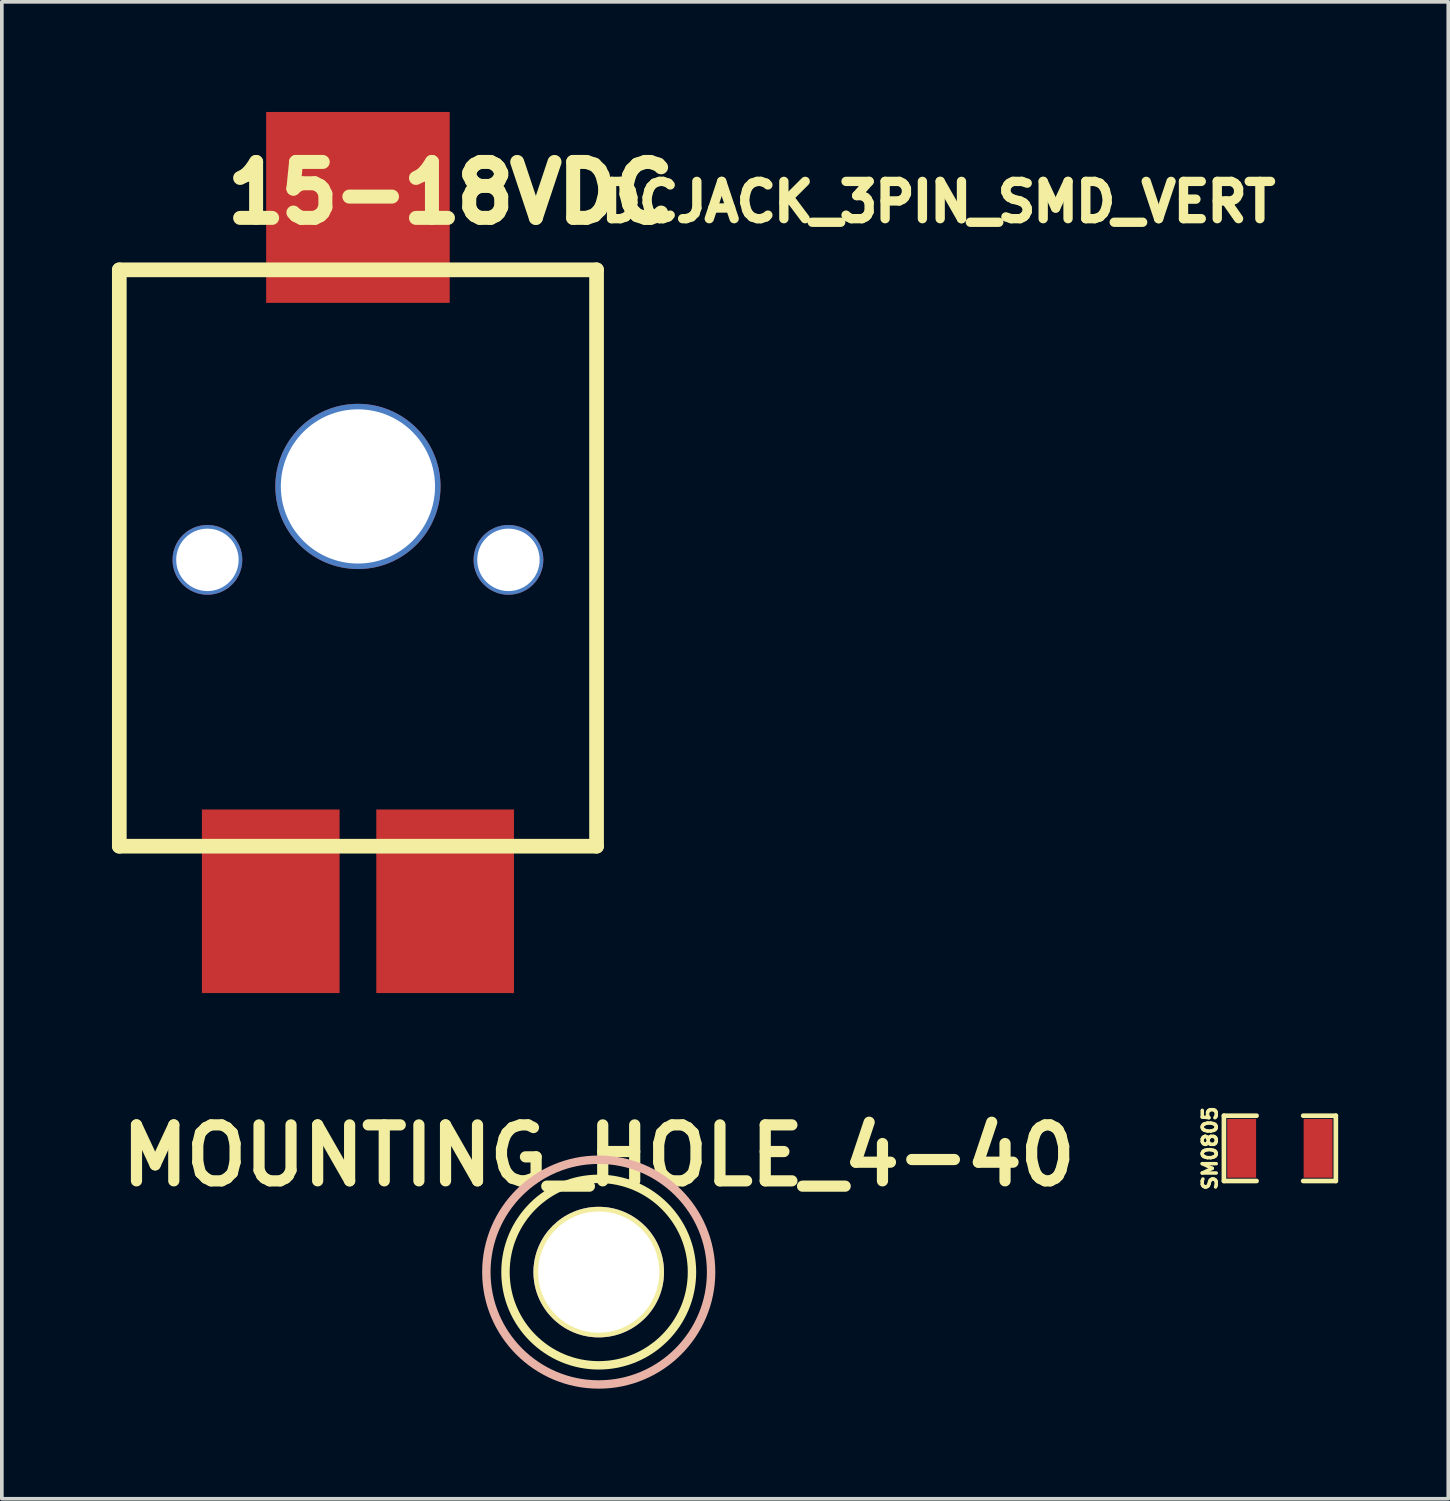
<source format=kicad_pcb>
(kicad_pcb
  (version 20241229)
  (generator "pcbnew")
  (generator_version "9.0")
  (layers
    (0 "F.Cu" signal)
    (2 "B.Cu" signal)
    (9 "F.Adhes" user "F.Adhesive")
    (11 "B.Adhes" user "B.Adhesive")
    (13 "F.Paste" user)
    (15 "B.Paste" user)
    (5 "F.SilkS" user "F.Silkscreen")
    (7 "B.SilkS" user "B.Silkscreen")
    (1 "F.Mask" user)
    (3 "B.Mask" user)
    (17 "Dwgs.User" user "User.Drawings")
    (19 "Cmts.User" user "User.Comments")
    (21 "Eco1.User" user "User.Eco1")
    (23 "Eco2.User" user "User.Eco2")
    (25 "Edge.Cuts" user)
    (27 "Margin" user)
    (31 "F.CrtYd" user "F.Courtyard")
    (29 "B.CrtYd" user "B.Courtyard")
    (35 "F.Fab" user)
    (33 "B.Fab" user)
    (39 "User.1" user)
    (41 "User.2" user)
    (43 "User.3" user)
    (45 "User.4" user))
  (footprint "MOUNTING_HOLE_4-40"
    (layer "F.Cu")
    (at 13.259 31.601)
    (property "Reference" "MOUNTING_HOLE_4-40" (at 0 -3.175 0) (layer "F.SilkS") (effects (font (size 1.524 1.524) (thickness 0.305))))
    (attr through_hole)
    (fp_circle (center 0 0) (end 2.54 0) (stroke (width 0.229) (type solid)) (fill no) (layer "F.SilkS"))
    (fp_circle (center 0 0) (end 3.061 0) (stroke (width 0.229) (type solid)) (fill no) (layer "B.SilkS"))
    (pad "1" thru_hole circle (at 0 0) (size 3.556 3.556) (drill 3.302) (layers "*.Cu" "*.Mask" "F.SilkS")))
  (footprint "DCJACK_3PIN_SMD_VERT"
    (layer "F.Cu")
    (at 6.7 10.2)
    (property "Reference" "DCJACK_3PIN_SMD_VERT" (at 6.5 -7.75 180) (layer "F.SilkS") (effects (font (size 1.016 1.016) (thickness 0.254)) (justify left)))
    (attr through_hole)
    (fp_line (start -6.5 -5.9) (end -6.5 9.8) (stroke (width 0.4) (type solid)) (layer "F.SilkS"))
    (fp_line (start -6.5 -5.9) (end 6.5 -5.9) (stroke (width 0.4) (type solid)) (layer "F.SilkS"))
    (fp_line (start -6.5 9.8) (end 6.5 9.8) (stroke (width 0.4) (type solid)) (layer "F.SilkS"))
    (fp_line (start 6.5 -5.9) (end 6.5 9.8) (stroke (width 0.4) (type solid)) (layer "F.SilkS"))
    (fp_text user "15-18VDC" (at -3.75 -8 0) (layer "F.SilkS") (effects (font (size 1.524 1.524) (thickness 0.381)) (justify left)))
    (pad "" thru_hole circle (at -4.1 2) (size 1.9 1.9) (drill 1.7) (layers "*.Cu" "*.Mask"))
    (pad "" thru_hole circle (at 0 0) (size 4.5 4.5) (drill 4.2) (layers "*.Cu" "*.Mask"))
    (pad "" thru_hole circle (at 4.1 2) (size 1.9 1.9) (drill 1.7) (layers "*.Cu" "*.Mask"))
    (pad "1" smd rect (at 0 -7.6) (size 5 5.2) (layers "F.Cu" "F.Mask" "F.Paste"))
    (pad "2" smd rect (at -2.375 11.3) (size 3.75 5) (layers "F.Cu" "F.Mask" "F.Paste"))
    (pad "3" smd rect (at 2.375 11.3) (size 3.75 5) (layers "F.Cu" "F.Mask" "F.Paste")))
  (footprint "SM0805"
    (layer "F.Cu")
    (at 31.813 28.23)
    (property "Reference" "SM0805" (at -1.905 0 90) (layer "F.SilkS") (effects (font (size 0.381 0.381) (thickness 0.095))))
    (attr smd)
    (fp_line (start -1.524 -0.889) (end -1.524 0.889) (stroke (width 0.127) (type solid)) (layer "F.SilkS"))
    (fp_line (start -1.524 0.889) (end -0.635 0.889) (stroke (width 0.127) (type solid)) (layer "F.SilkS"))
    (fp_line (start -0.635 -0.889) (end -1.524 -0.889) (stroke (width 0.127) (type solid)) (layer "F.SilkS"))
    (fp_line (start 0.635 -0.889) (end 1.524 -0.889) (stroke (width 0.127) (type solid)) (layer "F.SilkS"))
    (fp_line (start 1.524 -0.889) (end 1.524 0.889) (stroke (width 0.127) (type solid)) (layer "F.SilkS"))
    (fp_line (start 1.524 0.889) (end 0.635 0.889) (stroke (width 0.127) (type solid)) (layer "F.SilkS"))
    (pad "1" smd rect (at -1.041 0) (size 0.787 1.6) (layers "F.Cu" "F.Mask" "F.Paste"))
    (pad "2" smd rect (at 1.041 0) (size 0.787 1.6) (layers "F.Cu" "F.Mask" "F.Paste")))
  (gr_rect
    (start -3 -3)
    (end 36.4 37.776)
    (stroke (width 0.1) (type default))
    (fill no)
    (layer "Edge.Cuts")))
</source>
